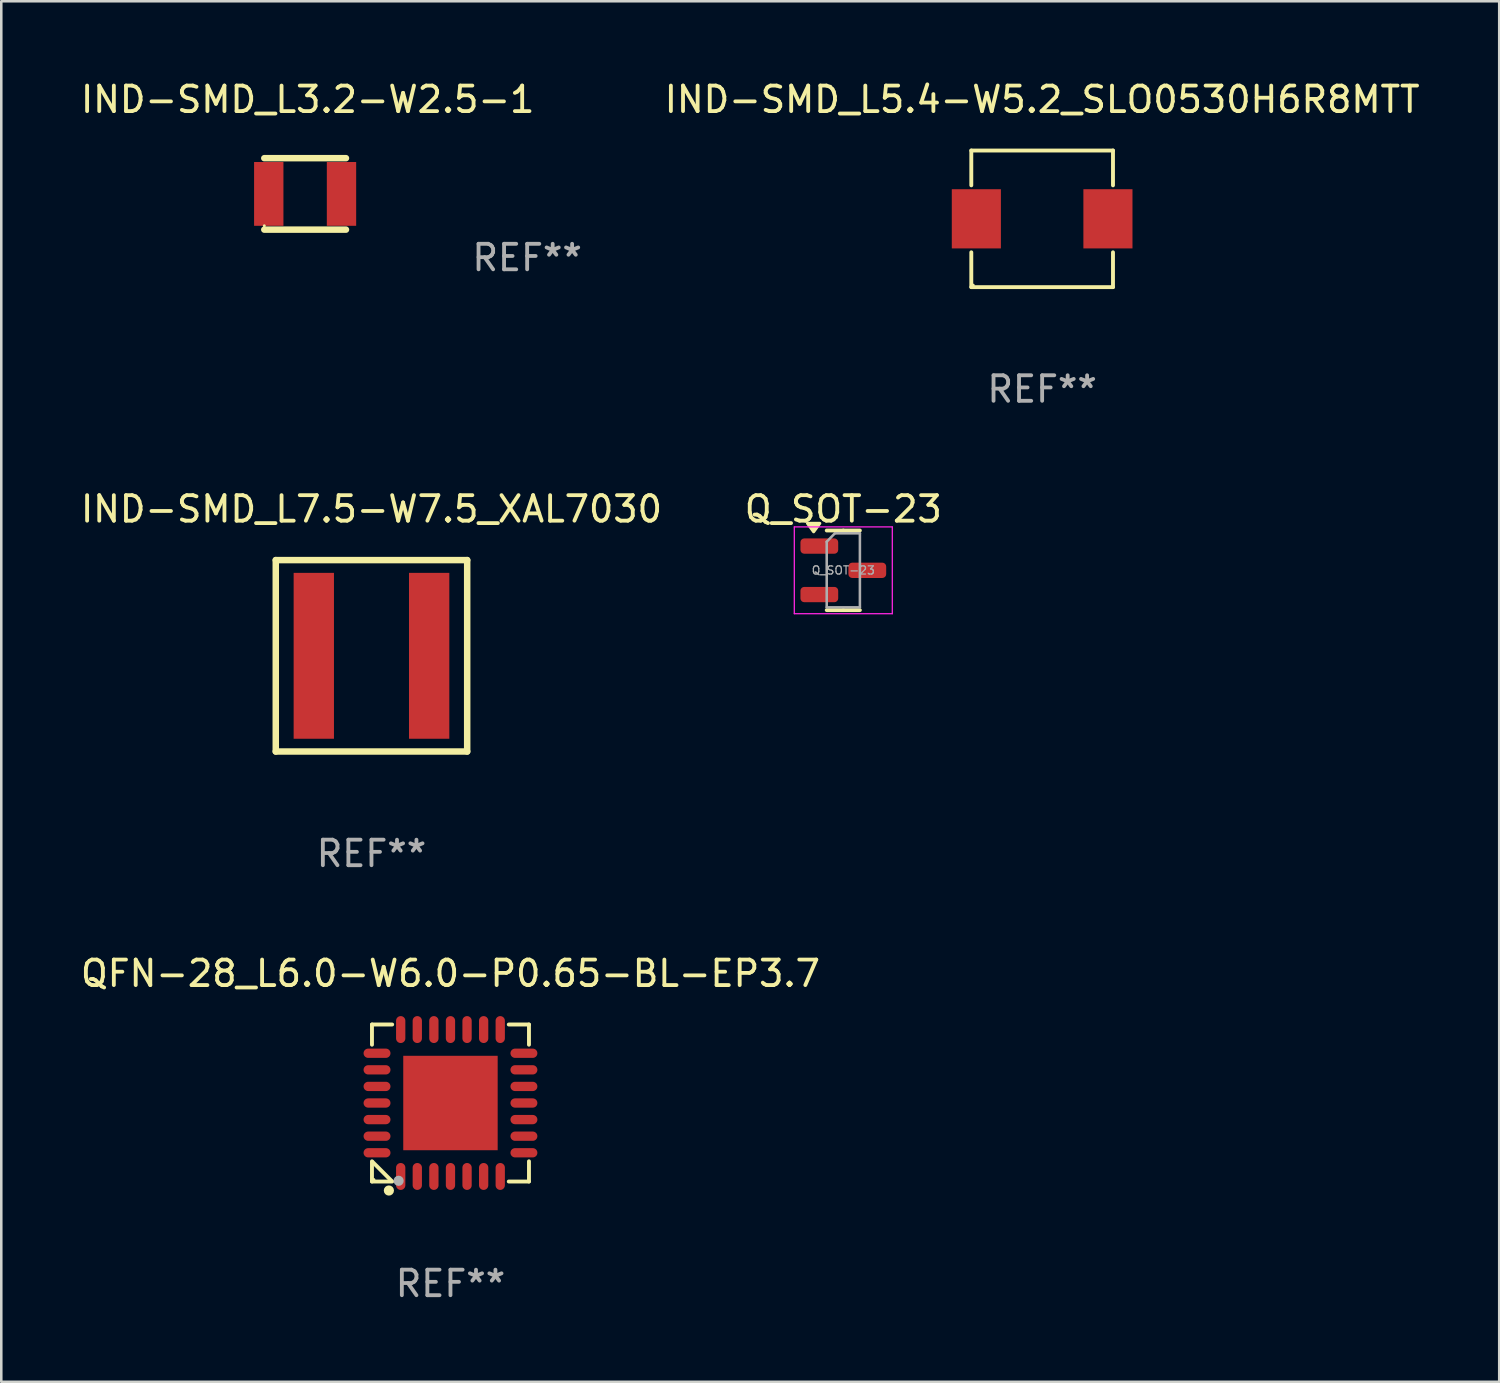
<source format=kicad_pcb>
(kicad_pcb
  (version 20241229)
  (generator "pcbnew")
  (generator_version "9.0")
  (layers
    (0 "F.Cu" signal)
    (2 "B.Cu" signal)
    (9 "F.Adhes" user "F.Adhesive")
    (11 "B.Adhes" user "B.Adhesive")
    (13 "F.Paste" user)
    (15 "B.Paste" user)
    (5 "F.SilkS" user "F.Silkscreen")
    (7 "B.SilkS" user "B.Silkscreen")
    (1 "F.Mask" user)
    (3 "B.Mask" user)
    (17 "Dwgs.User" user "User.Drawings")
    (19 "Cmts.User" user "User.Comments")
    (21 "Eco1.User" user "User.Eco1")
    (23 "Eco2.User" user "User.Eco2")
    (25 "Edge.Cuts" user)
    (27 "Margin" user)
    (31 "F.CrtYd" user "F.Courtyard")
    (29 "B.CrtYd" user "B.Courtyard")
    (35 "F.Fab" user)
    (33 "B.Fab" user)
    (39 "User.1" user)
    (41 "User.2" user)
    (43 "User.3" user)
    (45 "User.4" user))
  (footprint "QFN-28_L6.0-W6.0-P0.65-BL-EP3.7"
    (layer "F.Cu")
    (at 14.601 40.17)
    (property "Reference" "QFN-28_L6.0-W6.0-P0.65-BL-EP3.7" (at 0 -5.076 0) (layer "F.SilkS") (effects (font (size 1 1) (thickness 0.15))))
    (attr smd)
    (fp_line (start -3.076 -3.076) (end -3.076 -2.284) (stroke (width 0.152) (type solid)) (layer "F.SilkS"))
    (fp_line (start -3.076 3.076) (end -3.076 2.284) (stroke (width 0.152) (type solid)) (layer "F.SilkS"))
    (fp_line (start -3.049 2.311) (end -2.311 3.049) (stroke (width 0.152) (type solid)) (layer "F.SilkS"))
    (fp_line (start -2.284 -3.076) (end -3.076 -3.076) (stroke (width 0.152) (type solid)) (layer "F.SilkS"))
    (fp_line (start -2.284 3.076) (end -3.076 3.076) (stroke (width 0.152) (type solid)) (layer "F.SilkS"))
    (fp_line (start 2.284 -3.076) (end 3.076 -3.076) (stroke (width 0.152) (type solid)) (layer "F.SilkS"))
    (fp_line (start 2.284 3.076) (end 3.076 3.076) (stroke (width 0.152) (type solid)) (layer "F.SilkS"))
    (fp_line (start 3.076 -3.076) (end 3.076 -2.284) (stroke (width 0.152) (type solid)) (layer "F.SilkS"))
    (fp_line (start 3.076 3.076) (end 3.076 2.284) (stroke (width 0.152) (type solid)) (layer "F.SilkS"))
    (fp_circle (center -3 3) (end -2.97 3) (stroke (width 0.06) (type solid)) (fill no) (layer "F.SilkS"))
    (fp_circle (center -2.413 3.429) (end -2.313 3.429) (stroke (width 0.2) (type solid)) (fill no) (layer "F.SilkS"))
    (fp_circle (center -2.032 3.048) (end -1.932 3.048) (stroke (width 0.2) (type solid)) (fill no) (layer "F.Fab"))
    (fp_text user "REF**" (at 0 7.076 0) (layer "F.Fab") (effects (font (size 1 1) (thickness 0.15))))
    (pad "1" smd oval (at -1.95 2.878) (size 0.364 1.055) (layers "F.Cu" "F.Mask" "F.Paste"))
    (pad "2" smd oval (at -1.3 2.878) (size 0.364 1.055) (layers "F.Cu" "F.Mask" "F.Paste"))
    (pad "3" smd oval (at -0.65 2.878) (size 0.364 1.055) (layers "F.Cu" "F.Mask" "F.Paste"))
    (pad "4" smd oval (at 0 2.878) (size 0.364 1.055) (layers "F.Cu" "F.Mask" "F.Paste"))
    (pad "5" smd oval (at 0.65 2.878) (size 0.364 1.055) (layers "F.Cu" "F.Mask" "F.Paste"))
    (pad "6" smd oval (at 1.3 2.878) (size 0.364 1.055) (layers "F.Cu" "F.Mask" "F.Paste"))
    (pad "7" smd oval (at 1.95 2.878) (size 0.364 1.055) (layers "F.Cu" "F.Mask" "F.Paste"))
    (pad "8" smd oval (at 2.878 1.95) (size 1.055 0.364) (layers "F.Cu" "F.Mask" "F.Paste"))
    (pad "9" smd oval (at 2.878 1.3) (size 1.055 0.364) (layers "F.Cu" "F.Mask" "F.Paste"))
    (pad "10" smd oval (at 2.878 0.65) (size 1.055 0.364) (layers "F.Cu" "F.Mask" "F.Paste"))
    (pad "11" smd oval (at 2.878 0) (size 1.055 0.364) (layers "F.Cu" "F.Mask" "F.Paste"))
    (pad "12" smd oval (at 2.878 -0.65) (size 1.055 0.364) (layers "F.Cu" "F.Mask" "F.Paste"))
    (pad "13" smd oval (at 2.878 -1.3) (size 1.055 0.364) (layers "F.Cu" "F.Mask" "F.Paste"))
    (pad "14" smd oval (at 2.878 -1.95) (size 1.055 0.364) (layers "F.Cu" "F.Mask" "F.Paste"))
    (pad "15" smd oval (at 1.95 -2.878) (size 0.364 1.055) (layers "F.Cu" "F.Mask" "F.Paste"))
    (pad "16" smd oval (at 1.3 -2.878) (size 0.364 1.055) (layers "F.Cu" "F.Mask" "F.Paste"))
    (pad "17" smd oval (at 0.65 -2.878) (size 0.364 1.055) (layers "F.Cu" "F.Mask" "F.Paste"))
    (pad "18" smd oval (at 0 -2.878) (size 0.364 1.055) (layers "F.Cu" "F.Mask" "F.Paste"))
    (pad "19" smd oval (at -0.65 -2.878) (size 0.364 1.055) (layers "F.Cu" "F.Mask" "F.Paste"))
    (pad "20" smd oval (at -1.3 -2.878) (size 0.364 1.055) (layers "F.Cu" "F.Mask" "F.Paste"))
    (pad "21" smd oval (at -1.95 -2.878) (size 0.364 1.055) (layers "F.Cu" "F.Mask" "F.Paste"))
    (pad "22" smd oval (at -2.878 -1.95) (size 1.055 0.364) (layers "F.Cu" "F.Mask" "F.Paste"))
    (pad "23" smd oval (at -2.878 -1.3) (size 1.055 0.364) (layers "F.Cu" "F.Mask" "F.Paste"))
    (pad "24" smd oval (at -2.878 -0.65) (size 1.055 0.364) (layers "F.Cu" "F.Mask" "F.Paste"))
    (pad "25" smd oval (at -2.878 0) (size 1.055 0.364) (layers "F.Cu" "F.Mask" "F.Paste"))
    (pad "26" smd oval (at -2.878 0.65) (size 1.055 0.364) (layers "F.Cu" "F.Mask" "F.Paste"))
    (pad "27" smd oval (at -2.878 1.3) (size 1.055 0.364) (layers "F.Cu" "F.Mask" "F.Paste"))
    (pad "28" smd oval (at -2.878 1.95) (size 1.055 0.364) (layers "F.Cu" "F.Mask" "F.Paste"))
    (pad "29" smd rect (at 0 0) (size 3.7 3.7) (layers "F.Cu" "F.Mask" "F.Paste")))
  (footprint "Q_SOT-23"
    (layer "F.Cu")
    (at 29.994 19.297)
    (property "Reference" "Q_SOT-23" (at 0 -2.4 0) (layer "F.SilkS") (effects (font (size 1 1) (thickness 0.15))))
    (attr smd)
    (fp_line (start 0 -1.56) (end -0.65 -1.56) (stroke (width 0.15) (type solid)) (layer "F.SilkS"))
    (fp_line (start 0 -1.56) (end 0.65 -1.56) (stroke (width 0.15) (type solid)) (layer "F.SilkS"))
    (fp_line (start 0 1.56) (end -0.65 1.56) (stroke (width 0.15) (type solid)) (layer "F.SilkS"))
    (fp_line (start 0 1.56) (end 0.65 1.56) (stroke (width 0.15) (type solid)) (layer "F.SilkS"))
    (fp_poly (pts (xy -1.163 -1.51) (xy -1.403 -1.84) (xy -0.922 -1.84) (xy -1.163 -1.51)) (stroke (width 0.12) (type solid)) (fill yes) (layer "F.SilkS"))
    (fp_line (start -1.92 -1.7) (end -1.92 1.7) (stroke (width 0.05) (type solid)) (layer "F.CrtYd"))
    (fp_line (start -1.92 1.7) (end 1.92 1.7) (stroke (width 0.05) (type solid)) (layer "F.CrtYd"))
    (fp_line (start 1.92 -1.7) (end -1.92 -1.7) (stroke (width 0.05) (type solid)) (layer "F.CrtYd"))
    (fp_line (start 1.92 1.7) (end 1.92 -1.7) (stroke (width 0.05) (type solid)) (layer "F.CrtYd"))
    (fp_line (start -0.65 -1.12) (end -0.33 -1.45) (stroke (width 0.1) (type solid)) (layer "F.Fab"))
    (fp_line (start -0.65 1.45) (end -0.65 -1.12) (stroke (width 0.1) (type solid)) (layer "F.Fab"))
    (fp_line (start -0.33 -1.45) (end 0.65 -1.45) (stroke (width 0.1) (type solid)) (layer "F.Fab"))
    (fp_line (start 0.65 -1.45) (end 0.65 1.45) (stroke (width 0.1) (type solid)) (layer "F.Fab"))
    (fp_line (start 0.65 1.45) (end -0.65 1.45) (stroke (width 0.1) (type solid)) (layer "F.Fab"))
    (fp_text user "${REFERENCE}" (at 0 0 0) (layer "F.Fab") (effects (font (size 0.32 0.32) (thickness 0.05))))
    (pad "1" smd roundrect (at -0.94 -0.95) (size 1.48 0.6) (layers "F.Cu" "F.Mask" "F.Paste") (roundrect_rratio 0.25))
    (pad "2" smd roundrect (at -0.94 0.95) (size 1.48 0.6) (layers "F.Cu" "F.Mask" "F.Paste") (roundrect_rratio 0.25))
    (pad "3" smd roundrect (at 0.94 0) (size 1.48 0.6) (layers "F.Cu" "F.Mask" "F.Paste") (roundrect_rratio 0.25)))
  (footprint "IND-SMD_L3.2-W2.5-1"
    (layer "F.Cu")
    (at 8.906 4.548)
    (property "Reference" "IND-SMD_L3.2-W2.5-1" (at 0.1 -3.7 180) (layer "F.SilkS") (effects (font (size 1 1) (thickness 0.15))))
    (attr smd)
    (fp_line (start -1.6 -1.4) (end 1.6 -1.4) (stroke (width 0.254) (type solid)) (layer "F.SilkS"))
    (fp_line (start -1.6 1.4) (end 1.6 1.4) (stroke (width 0.254) (type solid)) (layer "F.SilkS"))
    (fp_circle (center -1.6 1.25) (end -1.57 1.25) (stroke (width 0.06) (type solid)) (fill no) (layer "F.SilkS"))
    (fp_text user "REF**" (at 8.7 2.5 180) (layer "F.Fab") (effects (font (size 1 1) (thickness 0.15))))
    (pad "1" smd rect (at -1.425 0 90) (size 2.5 1.15) (layers "F.Cu" "F.Mask" "F.Paste"))
    (pad "2" smd rect (at 1.425 0 90) (size 2.5 1.15) (layers "F.Cu" "F.Mask" "F.Paste")))
  (footprint "IND-SMD_L7.5-W7.5_XAL7030"
    (layer "F.Cu")
    (at 11.506 22.647)
    (property "Reference" "IND-SMD_L7.5-W7.5_XAL7030" (at 0.000013 -5.75 0) (layer "F.SilkS") (effects (font (size 1 1) (thickness 0.15))))
    (attr smd)
    (fp_line (start -3.75 -3.75) (end -3.75 3.75) (stroke (width 0.254) (type solid)) (layer "F.SilkS"))
    (fp_line (start -3.75 3.75) (end 3.75 3.75) (stroke (width 0.254) (type solid)) (layer "F.SilkS"))
    (fp_line (start 3.75 -3.75) (end -3.75 -3.75) (stroke (width 0.254) (type solid)) (layer "F.SilkS"))
    (fp_line (start 3.75 3.75) (end 3.75 -3.75) (stroke (width 0.254) (type solid)) (layer "F.SilkS"))
    (fp_circle (center -3.75 3.75) (end -3.72 3.75) (stroke (width 0.06) (type solid)) (fill no) (layer "F.SilkS"))
    (fp_text user "REF**" (at 0.000013 7.75 0) (layer "F.Fab") (effects (font (size 1 1) (thickness 0.15))))
    (pad "1" smd rect (at -2.26 0) (size 1.58 6.5) (layers "F.Cu" "F.Mask" "F.Paste"))
    (pad "2" smd rect (at 2.26 0) (size 1.58 6.5) (layers "F.Cu" "F.Mask" "F.Paste")))
  (footprint "IND-SMD_L5.4-W5.2_SLO0530H6R8MTT"
    (layer "F.Cu")
    (at 37.785 5.524)
    (property "Reference" "IND-SMD_L5.4-W5.2_SLO0530H6R8MTT" (at 0 -4.676 180) (layer "F.SilkS") (effects (font (size 1 1) (thickness 0.15))))
    (attr smd)
    (fp_line (start -2.776 -2.676) (end 2.776 -2.676) (stroke (width 0.152) (type solid)) (layer "F.SilkS"))
    (fp_line (start -2.776 -1.312) (end -2.776 -2.676) (stroke (width 0.152) (type solid)) (layer "F.SilkS"))
    (fp_line (start -2.776 1.312) (end -2.776 2.676) (stroke (width 0.152) (type solid)) (layer "F.SilkS"))
    (fp_line (start -2.776 2.676) (end 2.776 2.676) (stroke (width 0.152) (type solid)) (layer "F.SilkS"))
    (fp_line (start 2.776 -2.676) (end 2.776 -1.312) (stroke (width 0.152) (type solid)) (layer "F.SilkS"))
    (fp_line (start 2.776 2.676) (end 2.776 1.312) (stroke (width 0.152) (type solid)) (layer "F.SilkS"))
    (fp_circle (center -2.7 2.6) (end -2.67 2.6) (stroke (width 0.06) (type solid)) (fill no) (layer "F.SilkS"))
    (fp_text user "REF**" (at 0 6.676 180) (layer "F.Fab") (effects (font (size 1 1) (thickness 0.15))))
    (pad "1" smd rect (at 2.578 0) (size 1.924 2.32) (layers "F.Cu" "F.Mask" "F.Paste"))
    (pad "2" smd rect (at -2.578 0) (size 1.924 2.32) (layers "F.Cu" "F.Mask" "F.Paste")))
  (gr_rect
    (start -3 -3)
    (end 55.695 51.094)
    (stroke (width 0.1) (type default))
    (fill no)
    (layer "Edge.Cuts")))
</source>
